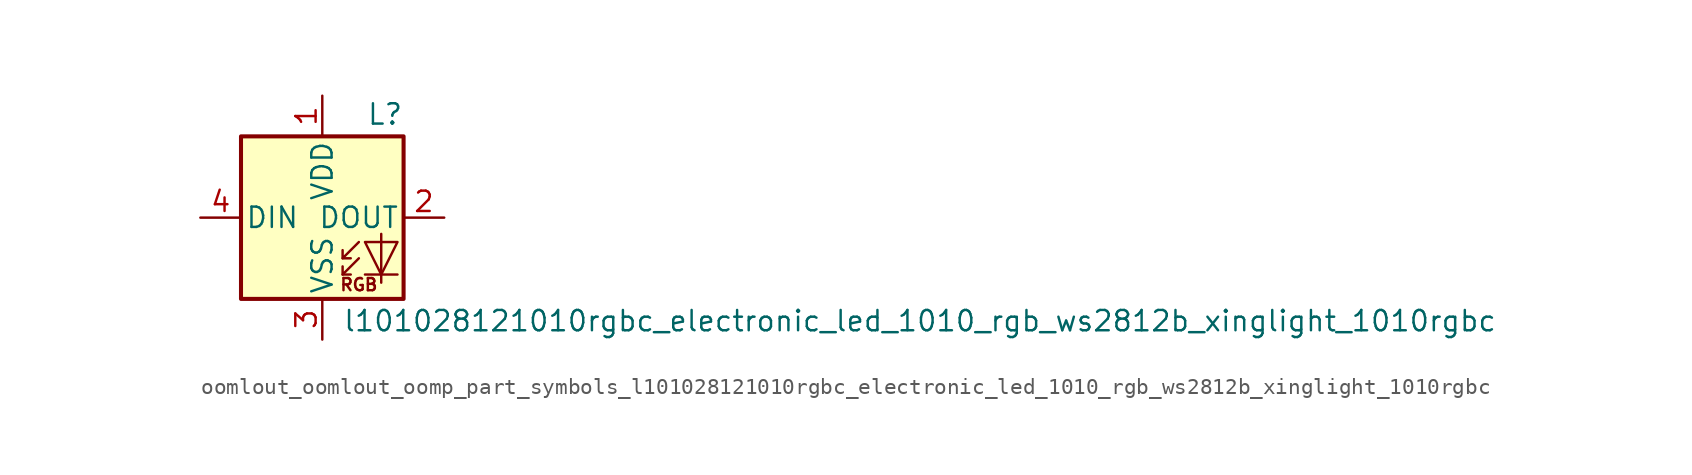
<source format=kicad_sym>
(kicad_symbol_lib
  (version 20220914)
  (generator kicad_symbol_editor)
  (symbol "oomlout_oomlout_oomp_part_symbols_l101028121010rgbc_electronic_led_1010_rgb_ws2812b_xinglight_1010rgbc"
    (pin_names
      (offset 0.254))
    (property "Reference" "L"
      (at 5.08 5.715 0)
      (effects (font (size 1.27 1.27)) (justify right bottom)))
    (property "Value" "l101028121010rgbc_electronic_led_1010_rgb_ws2812b_xinglight_1010rgbc"
      (at 1.27 -5.715 0)
      (effects (font (size 1.27 1.27)) (justify left top)))
    (symbol "oomlout_oomlout_oomp_part_symbols_l101028121010rgbc_electronic_led_1010_rgb_ws2812b_xinglight_1010rgbc_0_0"
      (text "RGB" (at 2.286 -4.191 0) (effects (font (size 0.762 0.762)))))
    (symbol "oomlout_oomlout_oomp_part_symbols_l101028121010rgbc_electronic_led_1010_rgb_ws2812b_xinglight_1010rgbc_0_1"
      (polyline (pts (xy 1.27 -3.556) (xy 1.778 -3.556)) (stroke (width 0) (type default)) (fill (type none)))
      (polyline (pts (xy 1.27 -2.54) (xy 1.778 -2.54)) (stroke (width 0) (type default)) (fill (type none)))
      (polyline (pts (xy 4.699 -3.556) (xy 2.667 -3.556)) (stroke (width 0) (type default)) (fill (type none)))
      (polyline (pts (xy 2.286 -2.54) (xy 1.27 -3.556) (xy 1.27 -3.048)) (stroke (width 0) (type default)) (fill (type none)))
      (polyline (pts (xy 2.286 -1.524) (xy 1.27 -2.54) (xy 1.27 -2.032)) (stroke (width 0) (type default)) (fill (type none)))
      (polyline (pts (xy 3.683 -1.016) (xy 3.683 -3.556) (xy 3.683 -4.064)) (stroke (width 0) (type default)) (fill (type none)))
      (polyline (pts (xy 4.699 -1.524) (xy 2.667 -1.524) (xy 3.683 -3.556) (xy 4.699 -1.524)) (stroke (width 0) (type default)) (fill (type none)))
      (rectangle (start 5.08 5.08) (end -5.08 -5.08) (stroke (width 0.254) (type default)) (fill (type background))))
    (symbol "oomlout_oomlout_oomp_part_symbols_l101028121010rgbc_electronic_led_1010_rgb_ws2812b_xinglight_1010rgbc_1_1"
      (pin power_in line (at 0 7.62 270) (length 2.54) (name "VDD" (effects (font (size 1.27 1.27)))) (number "1" (effects (font (size 1.27 1.27)))))
      (pin output line (at 7.62 0 180) (length 2.54) (name "DOUT" (effects (font (size 1.27 1.27)))) (number "2" (effects (font (size 1.27 1.27)))))
      (pin power_in line (at 0 -7.62 90) (length 2.54) (name "VSS" (effects (font (size 1.27 1.27)))) (number "3" (effects (font (size 1.27 1.27)))))
      (pin input line (at -7.62 0 0) (length 2.54) (name "DIN" (effects (font (size 1.27 1.27)))) (number "4" (effects (font (size 1.27 1.27))))))))
</source>
